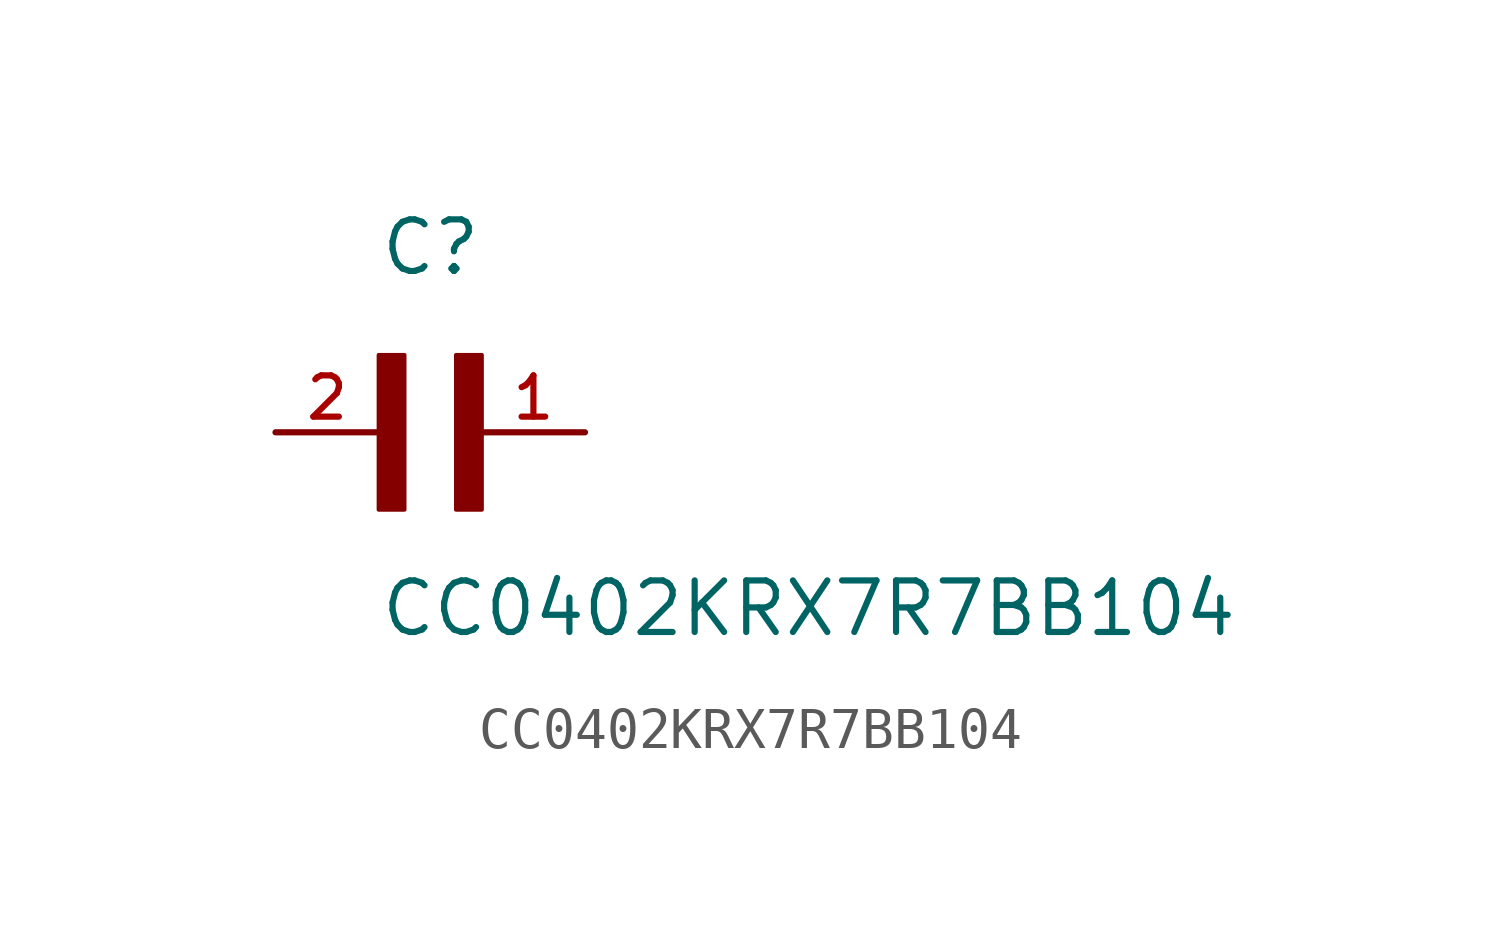
<source format=kicad_sym>
(kicad_symbol_lib
  (version 20211014)
  (generator kicad_symbol_editor)
  (symbol "CC0402KRX7R7BB104"
    (pin_names
      (offset 1.016))
    (property "Reference" "C"
      (at 0.0 3.81 0)
      (effects (font (size 1.27 1.27)) (justify bottom left)))
    (property "Value" "CC0402KRX7R7BB104"
      (at 0.0 -5.08 0)
      (effects (font (size 1.27 1.27)) (justify bottom left)))
    (symbol "CC0402KRX7R7BB104_0_0"
      (rectangle (start 0.0 -1.905) (end 0.635 1.905) (stroke (width 0.1)) (fill (type outline)))
      (rectangle (start 1.905 -1.905) (end 2.54 1.905) (stroke (width 0.1)) (fill (type outline)))
      (pin passive line (at 5.08 0.0 180.0) (length 2.54) (name "~" (effects (font (size 1.016 1.016)))) (number "1" (effects (font (size 1.016 1.016)))))
      (pin passive line (at -2.54 0.0 0) (length 2.54) (name "~" (effects (font (size 1.016 1.016)))) (number "2" (effects (font (size 1.016 1.016))))))))
</source>
